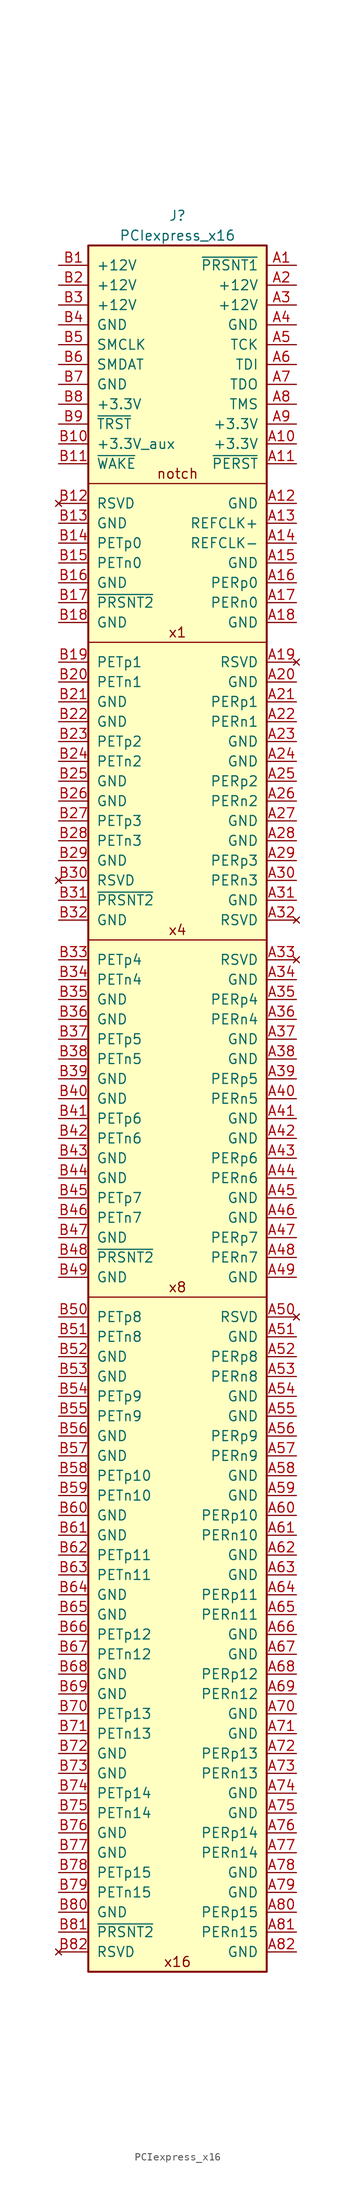
<source format=kicad_sym>
(kicad_symbol_lib
  (version 20241209)
  (generator "kicad_symbol_editor")
  (generator_version "9.0")
  (symbol "PCIexpress_x16"
    (pin_names
      (offset 1.016))
    (property "Reference" "J"
      (at 0 3.81 0)
      (effects (font (size 1.27 1.27))))
    (property "Value" "PCIexpress_x16"
      (at 0 1.27 0)
      (effects (font (size 1.27 1.27))))
    (symbol "PCIexpress_x16_0_0"
      (polyline (pts (xy 11.43 -88.9) (xy -11.43 -88.9)) (stroke (width 0) (type default)) (fill (type none)))
      (polyline (pts (xy 11.43 -134.62) (xy -11.43 -134.62)) (stroke (width 0) (type default)) (fill (type none)))
      (text "x4" (at 0 -87.63 0) (effects (font (size 1.27 1.27))))
      (text "x8" (at 0 -133.35 0) (effects (font (size 1.27 1.27))))
      (text "x16" (at 0 -219.71 0) (effects (font (size 1.27 1.27)))))
    (symbol "PCIexpress_x16_1_1"
      (rectangle (start 11.43 0) (end -11.43 -220.98) (stroke (width 0.254) (type default)) (fill (type background)))
      (polyline (pts (xy 11.43 -30.48) (xy -11.43 -30.48)) (stroke (width 0) (type default)) (fill (type none)))
      (polyline (pts (xy 11.43 -50.8) (xy -11.43 -50.8)) (stroke (width 0) (type default)) (fill (type none)))
      (text "notch" (at 0 -29.21 0) (effects (font (size 1.27 1.27))))
      (text "x1" (at 0 -49.53 0) (effects (font (size 1.27 1.27))))
      (pin power_out line (at -15.24 -2.54 0) (length 3.81) (name "+12V" (effects (font (size 1.27 1.27)))) (number "B1" (effects (font (size 1.27 1.27)))))
      (pin power_out line (at -15.24 -5.08 0) (length 3.81) (name "+12V" (effects (font (size 1.27 1.27)))) (number "B2" (effects (font (size 1.27 1.27)))))
      (pin power_out line (at -15.24 -7.62 0) (length 3.81) (name "+12V" (effects (font (size 1.27 1.27)))) (number "B3" (effects (font (size 1.27 1.27)))))
      (pin power_out line (at -15.24 -10.16 0) (length 3.81) (name "GND" (effects (font (size 1.27 1.27)))) (number "B4" (effects (font (size 1.27 1.27)))))
      (pin open_collector line (at -15.24 -12.7 0) (length 3.81) (name "SMCLK" (effects (font (size 1.27 1.27)))) (number "B5" (effects (font (size 1.27 1.27)))))
      (pin open_collector line (at -15.24 -15.24 0) (length 3.81) (name "SMDAT" (effects (font (size 1.27 1.27)))) (number "B6" (effects (font (size 1.27 1.27)))))
      (pin power_out line (at -15.24 -17.78 0) (length 3.81) (name "GND" (effects (font (size 1.27 1.27)))) (number "B7" (effects (font (size 1.27 1.27)))))
      (pin power_out line (at -15.24 -20.32 0) (length 3.81) (name "+3.3V" (effects (font (size 1.27 1.27)))) (number "B8" (effects (font (size 1.27 1.27)))))
      (pin output line (at -15.24 -22.86 0) (length 3.81) (name "~{TRST}" (effects (font (size 1.27 1.27)))) (number "B9" (effects (font (size 1.27 1.27)))))
      (pin power_out line (at -15.24 -25.4 0) (length 3.81) (name "+3.3V_aux" (effects (font (size 1.27 1.27)))) (number "B10" (effects (font (size 1.27 1.27)))))
      (pin open_collector line (at -15.24 -27.94 0) (length 3.81) (name "~{WAKE}" (effects (font (size 1.27 1.27)))) (number "B11" (effects (font (size 1.27 1.27)))))
      (pin no_connect line (at -15.24 -33.02 0) (length 3.81) (name "RSVD" (effects (font (size 1.27 1.27)))) (number "B12" (effects (font (size 1.27 1.27)))))
      (pin power_out line (at -15.24 -35.56 0) (length 3.81) (name "GND" (effects (font (size 1.27 1.27)))) (number "B13" (effects (font (size 1.27 1.27)))))
      (pin output line (at -15.24 -38.1 0) (length 3.81) (name "PETp0" (effects (font (size 1.27 1.27)))) (number "B14" (effects (font (size 1.27 1.27)))))
      (pin output line (at -15.24 -40.64 0) (length 3.81) (name "PETn0" (effects (font (size 1.27 1.27)))) (number "B15" (effects (font (size 1.27 1.27)))))
      (pin power_out line (at -15.24 -43.18 0) (length 3.81) (name "GND" (effects (font (size 1.27 1.27)))) (number "B16" (effects (font (size 1.27 1.27)))))
      (pin passive line (at -15.24 -45.72 0) (length 3.81) (name "~{PRSNT2}" (effects (font (size 1.27 1.27)))) (number "B17" (effects (font (size 1.27 1.27)))))
      (pin power_out line (at -15.24 -48.26 0) (length 3.81) (name "GND" (effects (font (size 1.27 1.27)))) (number "B18" (effects (font (size 1.27 1.27)))))
      (pin output line (at -15.24 -53.34 0) (length 3.81) (name "PETp1" (effects (font (size 1.27 1.27)))) (number "B19" (effects (font (size 1.27 1.27)))))
      (pin output line (at -15.24 -55.88 0) (length 3.81) (name "PETn1" (effects (font (size 1.27 1.27)))) (number "B20" (effects (font (size 1.27 1.27)))))
      (pin power_out line (at -15.24 -58.42 0) (length 3.81) (name "GND" (effects (font (size 1.27 1.27)))) (number "B21" (effects (font (size 1.27 1.27)))))
      (pin power_out line (at -15.24 -60.96 0) (length 3.81) (name "GND" (effects (font (size 1.27 1.27)))) (number "B22" (effects (font (size 1.27 1.27)))))
      (pin output line (at -15.24 -63.5 0) (length 3.81) (name "PETp2" (effects (font (size 1.27 1.27)))) (number "B23" (effects (font (size 1.27 1.27)))))
      (pin output line (at -15.24 -66.04 0) (length 3.81) (name "PETn2" (effects (font (size 1.27 1.27)))) (number "B24" (effects (font (size 1.27 1.27)))))
      (pin power_out line (at -15.24 -68.58 0) (length 3.81) (name "GND" (effects (font (size 1.27 1.27)))) (number "B25" (effects (font (size 1.27 1.27)))))
      (pin power_out line (at -15.24 -71.12 0) (length 3.81) (name "GND" (effects (font (size 1.27 1.27)))) (number "B26" (effects (font (size 1.27 1.27)))))
      (pin output line (at -15.24 -73.66 0) (length 3.81) (name "PETp3" (effects (font (size 1.27 1.27)))) (number "B27" (effects (font (size 1.27 1.27)))))
      (pin output line (at -15.24 -76.2 0) (length 3.81) (name "PETn3" (effects (font (size 1.27 1.27)))) (number "B28" (effects (font (size 1.27 1.27)))))
      (pin power_out line (at -15.24 -78.74 0) (length 3.81) (name "GND" (effects (font (size 1.27 1.27)))) (number "B29" (effects (font (size 1.27 1.27)))))
      (pin no_connect line (at -15.24 -81.28 0) (length 3.81) (name "RSVD" (effects (font (size 1.27 1.27)))) (number "B30" (effects (font (size 1.27 1.27)))))
      (pin passive line (at -15.24 -83.82 0) (length 3.81) (name "~{PRSNT2}" (effects (font (size 1.27 1.27)))) (number "B31" (effects (font (size 1.27 1.27)))))
      (pin power_out line (at -15.24 -86.36 0) (length 3.81) (name "GND" (effects (font (size 1.27 1.27)))) (number "B32" (effects (font (size 1.27 1.27)))))
      (pin output line (at -15.24 -91.44 0) (length 3.81) (name "PETp4" (effects (font (size 1.27 1.27)))) (number "B33" (effects (font (size 1.27 1.27)))))
      (pin output line (at -15.24 -93.98 0) (length 3.81) (name "PETn4" (effects (font (size 1.27 1.27)))) (number "B34" (effects (font (size 1.27 1.27)))))
      (pin power_out line (at -15.24 -96.52 0) (length 3.81) (name "GND" (effects (font (size 1.27 1.27)))) (number "B35" (effects (font (size 1.27 1.27)))))
      (pin power_out line (at -15.24 -99.06 0) (length 3.81) (name "GND" (effects (font (size 1.27 1.27)))) (number "B36" (effects (font (size 1.27 1.27)))))
      (pin output line (at -15.24 -101.6 0) (length 3.81) (name "PETp5" (effects (font (size 1.27 1.27)))) (number "B37" (effects (font (size 1.27 1.27)))))
      (pin output line (at -15.24 -104.14 0) (length 3.81) (name "PETn5" (effects (font (size 1.27 1.27)))) (number "B38" (effects (font (size 1.27 1.27)))))
      (pin power_out line (at -15.24 -106.68 0) (length 3.81) (name "GND" (effects (font (size 1.27 1.27)))) (number "B39" (effects (font (size 1.27 1.27)))))
      (pin power_out line (at -15.24 -109.22 0) (length 3.81) (name "GND" (effects (font (size 1.27 1.27)))) (number "B40" (effects (font (size 1.27 1.27)))))
      (pin output line (at -15.24 -111.76 0) (length 3.81) (name "PETp6" (effects (font (size 1.27 1.27)))) (number "B41" (effects (font (size 1.27 1.27)))))
      (pin output line (at -15.24 -114.3 0) (length 3.81) (name "PETn6" (effects (font (size 1.27 1.27)))) (number "B42" (effects (font (size 1.27 1.27)))))
      (pin power_out line (at -15.24 -116.84 0) (length 3.81) (name "GND" (effects (font (size 1.27 1.27)))) (number "B43" (effects (font (size 1.27 1.27)))))
      (pin power_out line (at -15.24 -119.38 0) (length 3.81) (name "GND" (effects (font (size 1.27 1.27)))) (number "B44" (effects (font (size 1.27 1.27)))))
      (pin output line (at -15.24 -121.92 0) (length 3.81) (name "PETp7" (effects (font (size 1.27 1.27)))) (number "B45" (effects (font (size 1.27 1.27)))))
      (pin output line (at -15.24 -124.46 0) (length 3.81) (name "PETn7" (effects (font (size 1.27 1.27)))) (number "B46" (effects (font (size 1.27 1.27)))))
      (pin power_out line (at -15.24 -127 0) (length 3.81) (name "GND" (effects (font (size 1.27 1.27)))) (number "B47" (effects (font (size 1.27 1.27)))))
      (pin passive line (at -15.24 -129.54 0) (length 3.81) (name "~{PRSNT2}" (effects (font (size 1.27 1.27)))) (number "B48" (effects (font (size 1.27 1.27)))))
      (pin power_out line (at -15.24 -132.08 0) (length 3.81) (name "GND" (effects (font (size 1.27 1.27)))) (number "B49" (effects (font (size 1.27 1.27)))))
      (pin output line (at -15.24 -137.16 0) (length 3.81) (name "PETp8" (effects (font (size 1.27 1.27)))) (number "B50" (effects (font (size 1.27 1.27)))))
      (pin output line (at -15.24 -139.7 0) (length 3.81) (name "PETn8" (effects (font (size 1.27 1.27)))) (number "B51" (effects (font (size 1.27 1.27)))))
      (pin power_out line (at -15.24 -142.24 0) (length 3.81) (name "GND" (effects (font (size 1.27 1.27)))) (number "B52" (effects (font (size 1.27 1.27)))))
      (pin power_out line (at -15.24 -144.78 0) (length 3.81) (name "GND" (effects (font (size 1.27 1.27)))) (number "B53" (effects (font (size 1.27 1.27)))))
      (pin output line (at -15.24 -147.32 0) (length 3.81) (name "PETp9" (effects (font (size 1.27 1.27)))) (number "B54" (effects (font (size 1.27 1.27)))))
      (pin output line (at -15.24 -149.86 0) (length 3.81) (name "PETn9" (effects (font (size 1.27 1.27)))) (number "B55" (effects (font (size 1.27 1.27)))))
      (pin power_out line (at -15.24 -152.4 0) (length 3.81) (name "GND" (effects (font (size 1.27 1.27)))) (number "B56" (effects (font (size 1.27 1.27)))))
      (pin power_out line (at -15.24 -154.94 0) (length 3.81) (name "GND" (effects (font (size 1.27 1.27)))) (number "B57" (effects (font (size 1.27 1.27)))))
      (pin output line (at -15.24 -157.48 0) (length 3.81) (name "PETp10" (effects (font (size 1.27 1.27)))) (number "B58" (effects (font (size 1.27 1.27)))))
      (pin output line (at -15.24 -160.02 0) (length 3.81) (name "PETn10" (effects (font (size 1.27 1.27)))) (number "B59" (effects (font (size 1.27 1.27)))))
      (pin power_out line (at -15.24 -162.56 0) (length 3.81) (name "GND" (effects (font (size 1.27 1.27)))) (number "B60" (effects (font (size 1.27 1.27)))))
      (pin power_out line (at -15.24 -165.1 0) (length 3.81) (name "GND" (effects (font (size 1.27 1.27)))) (number "B61" (effects (font (size 1.27 1.27)))))
      (pin output line (at -15.24 -167.64 0) (length 3.81) (name "PETp11" (effects (font (size 1.27 1.27)))) (number "B62" (effects (font (size 1.27 1.27)))))
      (pin output line (at -15.24 -170.18 0) (length 3.81) (name "PETn11" (effects (font (size 1.27 1.27)))) (number "B63" (effects (font (size 1.27 1.27)))))
      (pin power_out line (at -15.24 -172.72 0) (length 3.81) (name "GND" (effects (font (size 1.27 1.27)))) (number "B64" (effects (font (size 1.27 1.27)))))
      (pin power_out line (at -15.24 -175.26 0) (length 3.81) (name "GND" (effects (font (size 1.27 1.27)))) (number "B65" (effects (font (size 1.27 1.27)))))
      (pin output line (at -15.24 -177.8 0) (length 3.81) (name "PETp12" (effects (font (size 1.27 1.27)))) (number "B66" (effects (font (size 1.27 1.27)))))
      (pin output line (at -15.24 -180.34 0) (length 3.81) (name "PETn12" (effects (font (size 1.27 1.27)))) (number "B67" (effects (font (size 1.27 1.27)))))
      (pin power_out line (at -15.24 -182.88 0) (length 3.81) (name "GND" (effects (font (size 1.27 1.27)))) (number "B68" (effects (font (size 1.27 1.27)))))
      (pin power_out line (at -15.24 -185.42 0) (length 3.81) (name "GND" (effects (font (size 1.27 1.27)))) (number "B69" (effects (font (size 1.27 1.27)))))
      (pin output line (at -15.24 -187.96 0) (length 3.81) (name "PETp13" (effects (font (size 1.27 1.27)))) (number "B70" (effects (font (size 1.27 1.27)))))
      (pin output line (at -15.24 -190.5 0) (length 3.81) (name "PETn13" (effects (font (size 1.27 1.27)))) (number "B71" (effects (font (size 1.27 1.27)))))
      (pin power_out line (at -15.24 -193.04 0) (length 3.81) (name "GND" (effects (font (size 1.27 1.27)))) (number "B72" (effects (font (size 1.27 1.27)))))
      (pin power_out line (at -15.24 -195.58 0) (length 3.81) (name "GND" (effects (font (size 1.27 1.27)))) (number "B73" (effects (font (size 1.27 1.27)))))
      (pin output line (at -15.24 -198.12 0) (length 3.81) (name "PETp14" (effects (font (size 1.27 1.27)))) (number "B74" (effects (font (size 1.27 1.27)))))
      (pin output line (at -15.24 -200.66 0) (length 3.81) (name "PETn14" (effects (font (size 1.27 1.27)))) (number "B75" (effects (font (size 1.27 1.27)))))
      (pin power_out line (at -15.24 -203.2 0) (length 3.81) (name "GND" (effects (font (size 1.27 1.27)))) (number "B76" (effects (font (size 1.27 1.27)))))
      (pin power_out line (at -15.24 -205.74 0) (length 3.81) (name "GND" (effects (font (size 1.27 1.27)))) (number "B77" (effects (font (size 1.27 1.27)))))
      (pin output line (at -15.24 -208.28 0) (length 3.81) (name "PETp15" (effects (font (size 1.27 1.27)))) (number "B78" (effects (font (size 1.27 1.27)))))
      (pin output line (at -15.24 -210.82 0) (length 3.81) (name "PETn15" (effects (font (size 1.27 1.27)))) (number "B79" (effects (font (size 1.27 1.27)))))
      (pin power_out line (at -15.24 -213.36 0) (length 3.81) (name "GND" (effects (font (size 1.27 1.27)))) (number "B80" (effects (font (size 1.27 1.27)))))
      (pin passive line (at -15.24 -215.9 0) (length 3.81) (name "~{PRSNT2}" (effects (font (size 1.27 1.27)))) (number "B81" (effects (font (size 1.27 1.27)))))
      (pin no_connect line (at -15.24 -218.44 0) (length 3.81) (name "RSVD" (effects (font (size 1.27 1.27)))) (number "B82" (effects (font (size 1.27 1.27)))))
      (pin passive line (at 15.24 -2.54 180) (length 3.81) (name "~{PRSNT1}" (effects (font (size 1.27 1.27)))) (number "A1" (effects (font (size 1.27 1.27)))))
      (pin power_out line (at 15.24 -5.08 180) (length 3.81) (name "+12V" (effects (font (size 1.27 1.27)))) (number "A2" (effects (font (size 1.27 1.27)))))
      (pin power_out line (at 15.24 -7.62 180) (length 3.81) (name "+12V" (effects (font (size 1.27 1.27)))) (number "A3" (effects (font (size 1.27 1.27)))))
      (pin power_out line (at 15.24 -10.16 180) (length 3.81) (name "GND" (effects (font (size 1.27 1.27)))) (number "A4" (effects (font (size 1.27 1.27)))))
      (pin output line (at 15.24 -12.7 180) (length 3.81) (name "TCK" (effects (font (size 1.27 1.27)))) (number "A5" (effects (font (size 1.27 1.27)))))
      (pin output line (at 15.24 -15.24 180) (length 3.81) (name "TDI" (effects (font (size 1.27 1.27)))) (number "A6" (effects (font (size 1.27 1.27)))))
      (pin input line (at 15.24 -17.78 180) (length 3.81) (name "TDO" (effects (font (size 1.27 1.27)))) (number "A7" (effects (font (size 1.27 1.27)))))
      (pin output line (at 15.24 -20.32 180) (length 3.81) (name "TMS" (effects (font (size 1.27 1.27)))) (number "A8" (effects (font (size 1.27 1.27)))))
      (pin power_out line (at 15.24 -22.86 180) (length 3.81) (name "+3.3V" (effects (font (size 1.27 1.27)))) (number "A9" (effects (font (size 1.27 1.27)))))
      (pin power_out line (at 15.24 -25.4 180) (length 3.81) (name "+3.3V" (effects (font (size 1.27 1.27)))) (number "A10" (effects (font (size 1.27 1.27)))))
      (pin output line (at 15.24 -27.94 180) (length 3.81) (name "~{PERST}" (effects (font (size 1.27 1.27)))) (number "A11" (effects (font (size 1.27 1.27)))))
      (pin power_out line (at 15.24 -33.02 180) (length 3.81) (name "GND" (effects (font (size 1.27 1.27)))) (number "A12" (effects (font (size 1.27 1.27)))))
      (pin output line (at 15.24 -35.56 180) (length 3.81) (name "REFCLK+" (effects (font (size 1.27 1.27)))) (number "A13" (effects (font (size 1.27 1.27)))))
      (pin output line (at 15.24 -38.1 180) (length 3.81) (name "REFCLK-" (effects (font (size 1.27 1.27)))) (number "A14" (effects (font (size 1.27 1.27)))))
      (pin power_out line (at 15.24 -40.64 180) (length 3.81) (name "GND" (effects (font (size 1.27 1.27)))) (number "A15" (effects (font (size 1.27 1.27)))))
      (pin input line (at 15.24 -43.18 180) (length 3.81) (name "PERp0" (effects (font (size 1.27 1.27)))) (number "A16" (effects (font (size 1.27 1.27)))))
      (pin input line (at 15.24 -45.72 180) (length 3.81) (name "PERn0" (effects (font (size 1.27 1.27)))) (number "A17" (effects (font (size 1.27 1.27)))))
      (pin power_out line (at 15.24 -48.26 180) (length 3.81) (name "GND" (effects (font (size 1.27 1.27)))) (number "A18" (effects (font (size 1.27 1.27)))))
      (pin no_connect line (at 15.24 -53.34 180) (length 3.81) (name "RSVD" (effects (font (size 1.27 1.27)))) (number "A19" (effects (font (size 1.27 1.27)))))
      (pin power_out line (at 15.24 -55.88 180) (length 3.81) (name "GND" (effects (font (size 1.27 1.27)))) (number "A20" (effects (font (size 1.27 1.27)))))
      (pin input line (at 15.24 -58.42 180) (length 3.81) (name "PERp1" (effects (font (size 1.27 1.27)))) (number "A21" (effects (font (size 1.27 1.27)))))
      (pin input line (at 15.24 -60.96 180) (length 3.81) (name "PERn1" (effects (font (size 1.27 1.27)))) (number "A22" (effects (font (size 1.27 1.27)))))
      (pin power_out line (at 15.24 -63.5 180) (length 3.81) (name "GND" (effects (font (size 1.27 1.27)))) (number "A23" (effects (font (size 1.27 1.27)))))
      (pin power_out line (at 15.24 -66.04 180) (length 3.81) (name "GND" (effects (font (size 1.27 1.27)))) (number "A24" (effects (font (size 1.27 1.27)))))
      (pin input line (at 15.24 -68.58 180) (length 3.81) (name "PERp2" (effects (font (size 1.27 1.27)))) (number "A25" (effects (font (size 1.27 1.27)))))
      (pin input line (at 15.24 -71.12 180) (length 3.81) (name "PERn2" (effects (font (size 1.27 1.27)))) (number "A26" (effects (font (size 1.27 1.27)))))
      (pin power_out line (at 15.24 -73.66 180) (length 3.81) (name "GND" (effects (font (size 1.27 1.27)))) (number "A27" (effects (font (size 1.27 1.27)))))
      (pin power_out line (at 15.24 -76.2 180) (length 3.81) (name "GND" (effects (font (size 1.27 1.27)))) (number "A28" (effects (font (size 1.27 1.27)))))
      (pin input line (at 15.24 -78.74 180) (length 3.81) (name "PERp3" (effects (font (size 1.27 1.27)))) (number "A29" (effects (font (size 1.27 1.27)))))
      (pin input line (at 15.24 -81.28 180) (length 3.81) (name "PERn3" (effects (font (size 1.27 1.27)))) (number "A30" (effects (font (size 1.27 1.27)))))
      (pin power_out line (at 15.24 -83.82 180) (length 3.81) (name "GND" (effects (font (size 1.27 1.27)))) (number "A31" (effects (font (size 1.27 1.27)))))
      (pin no_connect line (at 15.24 -86.36 180) (length 3.81) (name "RSVD" (effects (font (size 1.27 1.27)))) (number "A32" (effects (font (size 1.27 1.27)))))
      (pin no_connect line (at 15.24 -91.44 180) (length 3.81) (name "RSVD" (effects (font (size 1.27 1.27)))) (number "A33" (effects (font (size 1.27 1.27)))))
      (pin power_out line (at 15.24 -93.98 180) (length 3.81) (name "GND" (effects (font (size 1.27 1.27)))) (number "A34" (effects (font (size 1.27 1.27)))))
      (pin input line (at 15.24 -96.52 180) (length 3.81) (name "PERp4" (effects (font (size 1.27 1.27)))) (number "A35" (effects (font (size 1.27 1.27)))))
      (pin input line (at 15.24 -99.06 180) (length 3.81) (name "PERn4" (effects (font (size 1.27 1.27)))) (number "A36" (effects (font (size 1.27 1.27)))))
      (pin power_out line (at 15.24 -101.6 180) (length 3.81) (name "GND" (effects (font (size 1.27 1.27)))) (number "A37" (effects (font (size 1.27 1.27)))))
      (pin power_out line (at 15.24 -104.14 180) (length 3.81) (name "GND" (effects (font (size 1.27 1.27)))) (number "A38" (effects (font (size 1.27 1.27)))))
      (pin input line (at 15.24 -106.68 180) (length 3.81) (name "PERp5" (effects (font (size 1.27 1.27)))) (number "A39" (effects (font (size 1.27 1.27)))))
      (pin input line (at 15.24 -109.22 180) (length 3.81) (name "PERn5" (effects (font (size 1.27 1.27)))) (number "A40" (effects (font (size 1.27 1.27)))))
      (pin power_out line (at 15.24 -111.76 180) (length 3.81) (name "GND" (effects (font (size 1.27 1.27)))) (number "A41" (effects (font (size 1.27 1.27)))))
      (pin power_out line (at 15.24 -114.3 180) (length 3.81) (name "GND" (effects (font (size 1.27 1.27)))) (number "A42" (effects (font (size 1.27 1.27)))))
      (pin input line (at 15.24 -116.84 180) (length 3.81) (name "PERp6" (effects (font (size 1.27 1.27)))) (number "A43" (effects (font (size 1.27 1.27)))))
      (pin input line (at 15.24 -119.38 180) (length 3.81) (name "PERn6" (effects (font (size 1.27 1.27)))) (number "A44" (effects (font (size 1.27 1.27)))))
      (pin power_out line (at 15.24 -121.92 180) (length 3.81) (name "GND" (effects (font (size 1.27 1.27)))) (number "A45" (effects (font (size 1.27 1.27)))))
      (pin power_out line (at 15.24 -124.46 180) (length 3.81) (name "GND" (effects (font (size 1.27 1.27)))) (number "A46" (effects (font (size 1.27 1.27)))))
      (pin input line (at 15.24 -127 180) (length 3.81) (name "PERp7" (effects (font (size 1.27 1.27)))) (number "A47" (effects (font (size 1.27 1.27)))))
      (pin input line (at 15.24 -129.54 180) (length 3.81) (name "PERn7" (effects (font (size 1.27 1.27)))) (number "A48" (effects (font (size 1.27 1.27)))))
      (pin power_out line (at 15.24 -132.08 180) (length 3.81) (name "GND" (effects (font (size 1.27 1.27)))) (number "A49" (effects (font (size 1.27 1.27)))))
      (pin no_connect line (at 15.24 -137.16 180) (length 3.81) (name "RSVD" (effects (font (size 1.27 1.27)))) (number "A50" (effects (font (size 1.27 1.27)))))
      (pin power_out line (at 15.24 -139.7 180) (length 3.81) (name "GND" (effects (font (size 1.27 1.27)))) (number "A51" (effects (font (size 1.27 1.27)))))
      (pin input line (at 15.24 -142.24 180) (length 3.81) (name "PERp8" (effects (font (size 1.27 1.27)))) (number "A52" (effects (font (size 1.27 1.27)))))
      (pin input line (at 15.24 -144.78 180) (length 3.81) (name "PERn8" (effects (font (size 1.27 1.27)))) (number "A53" (effects (font (size 1.27 1.27)))))
      (pin power_out line (at 15.24 -147.32 180) (length 3.81) (name "GND" (effects (font (size 1.27 1.27)))) (number "A54" (effects (font (size 1.27 1.27)))))
      (pin power_out line (at 15.24 -149.86 180) (length 3.81) (name "GND" (effects (font (size 1.27 1.27)))) (number "A55" (effects (font (size 1.27 1.27)))))
      (pin input line (at 15.24 -152.4 180) (length 3.81) (name "PERp9" (effects (font (size 1.27 1.27)))) (number "A56" (effects (font (size 1.27 1.27)))))
      (pin input line (at 15.24 -154.94 180) (length 3.81) (name "PERn9" (effects (font (size 1.27 1.27)))) (number "A57" (effects (font (size 1.27 1.27)))))
      (pin power_out line (at 15.24 -157.48 180) (length 3.81) (name "GND" (effects (font (size 1.27 1.27)))) (number "A58" (effects (font (size 1.27 1.27)))))
      (pin power_out line (at 15.24 -160.02 180) (length 3.81) (name "GND" (effects (font (size 1.27 1.27)))) (number "A59" (effects (font (size 1.27 1.27)))))
      (pin input line (at 15.24 -162.56 180) (length 3.81) (name "PERp10" (effects (font (size 1.27 1.27)))) (number "A60" (effects (font (size 1.27 1.27)))))
      (pin input line (at 15.24 -165.1 180) (length 3.81) (name "PERn10" (effects (font (size 1.27 1.27)))) (number "A61" (effects (font (size 1.27 1.27)))))
      (pin power_out line (at 15.24 -167.64 180) (length 3.81) (name "GND" (effects (font (size 1.27 1.27)))) (number "A62" (effects (font (size 1.27 1.27)))))
      (pin power_out line (at 15.24 -170.18 180) (length 3.81) (name "GND" (effects (font (size 1.27 1.27)))) (number "A63" (effects (font (size 1.27 1.27)))))
      (pin input line (at 15.24 -172.72 180) (length 3.81) (name "PERp11" (effects (font (size 1.27 1.27)))) (number "A64" (effects (font (size 1.27 1.27)))))
      (pin input line (at 15.24 -175.26 180) (length 3.81) (name "PERn11" (effects (font (size 1.27 1.27)))) (number "A65" (effects (font (size 1.27 1.27)))))
      (pin power_out line (at 15.24 -177.8 180) (length 3.81) (name "GND" (effects (font (size 1.27 1.27)))) (number "A66" (effects (font (size 1.27 1.27)))))
      (pin power_out line (at 15.24 -180.34 180) (length 3.81) (name "GND" (effects (font (size 1.27 1.27)))) (number "A67" (effects (font (size 1.27 1.27)))))
      (pin input line (at 15.24 -182.88 180) (length 3.81) (name "PERp12" (effects (font (size 1.27 1.27)))) (number "A68" (effects (font (size 1.27 1.27)))))
      (pin input line (at 15.24 -185.42 180) (length 3.81) (name "PERn12" (effects (font (size 1.27 1.27)))) (number "A69" (effects (font (size 1.27 1.27)))))
      (pin power_out line (at 15.24 -187.96 180) (length 3.81) (name "GND" (effects (font (size 1.27 1.27)))) (number "A70" (effects (font (size 1.27 1.27)))))
      (pin power_out line (at 15.24 -190.5 180) (length 3.81) (name "GND" (effects (font (size 1.27 1.27)))) (number "A71" (effects (font (size 1.27 1.27)))))
      (pin input line (at 15.24 -193.04 180) (length 3.81) (name "PERp13" (effects (font (size 1.27 1.27)))) (number "A72" (effects (font (size 1.27 1.27)))))
      (pin input line (at 15.24 -195.58 180) (length 3.81) (name "PERn13" (effects (font (size 1.27 1.27)))) (number "A73" (effects (font (size 1.27 1.27)))))
      (pin power_out line (at 15.24 -198.12 180) (length 3.81) (name "GND" (effects (font (size 1.27 1.27)))) (number "A74" (effects (font (size 1.27 1.27)))))
      (pin power_out line (at 15.24 -200.66 180) (length 3.81) (name "GND" (effects (font (size 1.27 1.27)))) (number "A75" (effects (font (size 1.27 1.27)))))
      (pin input line (at 15.24 -203.2 180) (length 3.81) (name "PERp14" (effects (font (size 1.27 1.27)))) (number "A76" (effects (font (size 1.27 1.27)))))
      (pin input line (at 15.24 -205.74 180) (length 3.81) (name "PERn14" (effects (font (size 1.27 1.27)))) (number "A77" (effects (font (size 1.27 1.27)))))
      (pin power_out line (at 15.24 -208.28 180) (length 3.81) (name "GND" (effects (font (size 1.27 1.27)))) (number "A78" (effects (font (size 1.27 1.27)))))
      (pin power_out line (at 15.24 -210.82 180) (length 3.81) (name "GND" (effects (font (size 1.27 1.27)))) (number "A79" (effects (font (size 1.27 1.27)))))
      (pin input line (at 15.24 -213.36 180) (length 3.81) (name "PERp15" (effects (font (size 1.27 1.27)))) (number "A80" (effects (font (size 1.27 1.27)))))
      (pin input line (at 15.24 -215.9 180) (length 3.81) (name "PERn15" (effects (font (size 1.27 1.27)))) (number "A81" (effects (font (size 1.27 1.27)))))
      (pin power_out line (at 15.24 -218.44 180) (length 3.81) (name "GND" (effects (font (size 1.27 1.27)))) (number "A82" (effects (font (size 1.27 1.27))))))))
</source>
